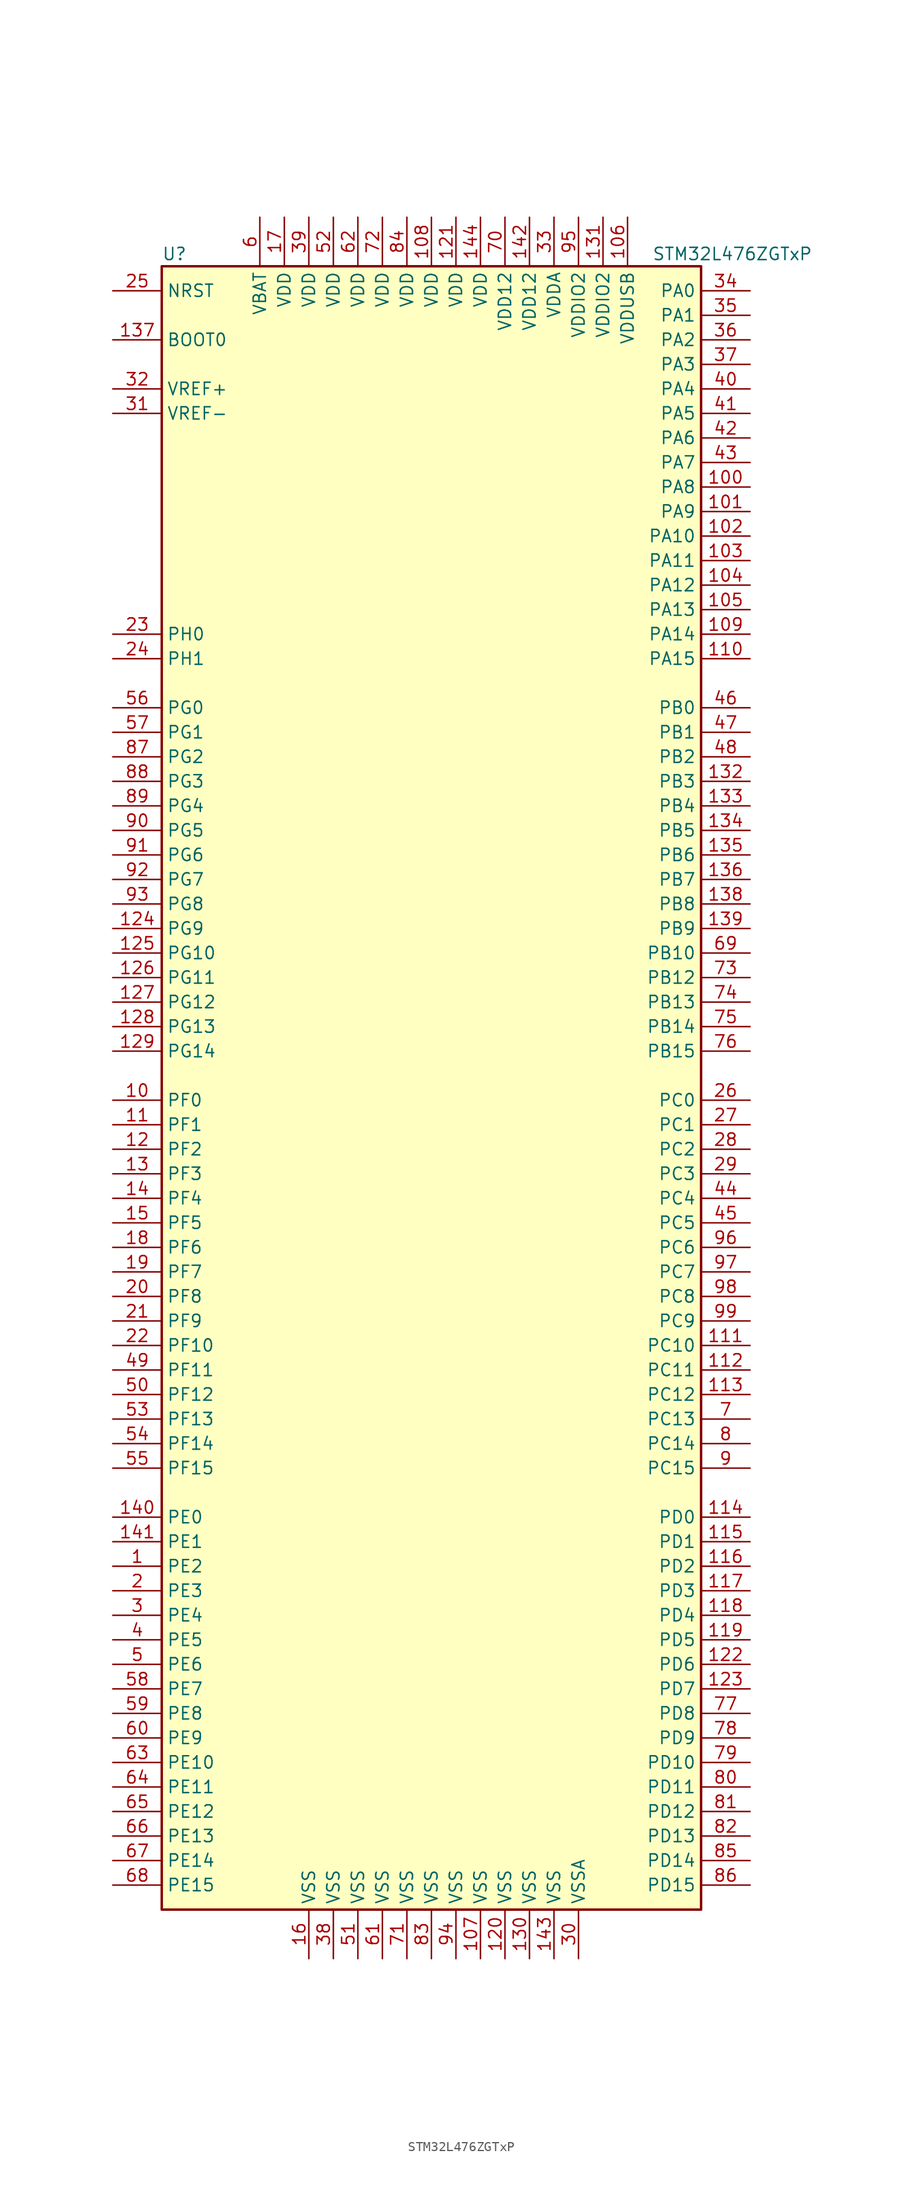
<source format=kicad_sym>
(kicad_symbol_lib
  (version 20201005)
  (generator kicad_symbol_editor)
  (symbol "STM32L476ZGTxP"
    (property "Reference" "U"
      (at -27.94 85.09 0)
      (effects (font (size 1.27 1.27)) (justify left)))
    (property "Value" "STM32L476ZGTxP"
      (at 22.86 85.09 0)
      (effects (font (size 1.27 1.27)) (justify left)))
    (symbol "STM32L476ZGTxP_0_1"
      (rectangle (start -27.94 -86.36) (end 27.94 83.82) (stroke (width 0.254)) (fill (type background))))
    (symbol "STM32L476ZGTxP_1_1"
      (pin bidirectional line (at -33.02 -50.8 0) (length 5.08) (name "PE2" (effects (font (size 1.27 1.27)))) (number "1" (effects (font (size 1.27 1.27)))))
      (pin bidirectional line (at -33.02 -2.54 0) (length 5.08) (name "PF0" (effects (font (size 1.27 1.27)))) (number "10" (effects (font (size 1.27 1.27)))))
      (pin bidirectional line (at 33.02 60.96 180) (length 5.08) (name "PA8" (effects (font (size 1.27 1.27)))) (number "100" (effects (font (size 1.27 1.27)))))
      (pin bidirectional line (at 33.02 58.42 180) (length 5.08) (name "PA9" (effects (font (size 1.27 1.27)))) (number "101" (effects (font (size 1.27 1.27)))))
      (pin bidirectional line (at 33.02 55.88 180) (length 5.08) (name "PA10" (effects (font (size 1.27 1.27)))) (number "102" (effects (font (size 1.27 1.27)))))
      (pin bidirectional line (at 33.02 53.34 180) (length 5.08) (name "PA11" (effects (font (size 1.27 1.27)))) (number "103" (effects (font (size 1.27 1.27)))))
      (pin bidirectional line (at 33.02 50.8 180) (length 5.08) (name "PA12" (effects (font (size 1.27 1.27)))) (number "104" (effects (font (size 1.27 1.27)))))
      (pin bidirectional line (at 33.02 48.26 180) (length 5.08) (name "PA13" (effects (font (size 1.27 1.27)))) (number "105" (effects (font (size 1.27 1.27)))))
      (pin power_in line (at 20.32 88.9 270) (length 5.08) (name "VDDUSB" (effects (font (size 1.27 1.27)))) (number "106" (effects (font (size 1.27 1.27)))))
      (pin power_in line (at 5.08 -91.44 90) (length 5.08) (name "VSS" (effects (font (size 1.27 1.27)))) (number "107" (effects (font (size 1.27 1.27)))))
      (pin power_in line (at 0 88.9 270) (length 5.08) (name "VDD" (effects (font (size 1.27 1.27)))) (number "108" (effects (font (size 1.27 1.27)))))
      (pin bidirectional line (at 33.02 45.72 180) (length 5.08) (name "PA14" (effects (font (size 1.27 1.27)))) (number "109" (effects (font (size 1.27 1.27)))))
      (pin bidirectional line (at -33.02 -5.08 0) (length 5.08) (name "PF1" (effects (font (size 1.27 1.27)))) (number "11" (effects (font (size 1.27 1.27)))))
      (pin bidirectional line (at 33.02 43.18 180) (length 5.08) (name "PA15" (effects (font (size 1.27 1.27)))) (number "110" (effects (font (size 1.27 1.27)))))
      (pin bidirectional line (at 33.02 -27.94 180) (length 5.08) (name "PC10" (effects (font (size 1.27 1.27)))) (number "111" (effects (font (size 1.27 1.27)))))
      (pin bidirectional line (at 33.02 -30.48 180) (length 5.08) (name "PC11" (effects (font (size 1.27 1.27)))) (number "112" (effects (font (size 1.27 1.27)))))
      (pin bidirectional line (at 33.02 -33.02 180) (length 5.08) (name "PC12" (effects (font (size 1.27 1.27)))) (number "113" (effects (font (size 1.27 1.27)))))
      (pin bidirectional line (at 33.02 -45.72 180) (length 5.08) (name "PD0" (effects (font (size 1.27 1.27)))) (number "114" (effects (font (size 1.27 1.27)))))
      (pin bidirectional line (at 33.02 -48.26 180) (length 5.08) (name "PD1" (effects (font (size 1.27 1.27)))) (number "115" (effects (font (size 1.27 1.27)))))
      (pin bidirectional line (at 33.02 -50.8 180) (length 5.08) (name "PD2" (effects (font (size 1.27 1.27)))) (number "116" (effects (font (size 1.27 1.27)))))
      (pin bidirectional line (at 33.02 -53.34 180) (length 5.08) (name "PD3" (effects (font (size 1.27 1.27)))) (number "117" (effects (font (size 1.27 1.27)))))
      (pin bidirectional line (at 33.02 -55.88 180) (length 5.08) (name "PD4" (effects (font (size 1.27 1.27)))) (number "118" (effects (font (size 1.27 1.27)))))
      (pin bidirectional line (at 33.02 -58.42 180) (length 5.08) (name "PD5" (effects (font (size 1.27 1.27)))) (number "119" (effects (font (size 1.27 1.27)))))
      (pin bidirectional line (at -33.02 -7.62 0) (length 5.08) (name "PF2" (effects (font (size 1.27 1.27)))) (number "12" (effects (font (size 1.27 1.27)))))
      (pin power_in line (at 7.62 -91.44 90) (length 5.08) (name "VSS" (effects (font (size 1.27 1.27)))) (number "120" (effects (font (size 1.27 1.27)))))
      (pin power_in line (at 2.54 88.9 270) (length 5.08) (name "VDD" (effects (font (size 1.27 1.27)))) (number "121" (effects (font (size 1.27 1.27)))))
      (pin bidirectional line (at 33.02 -60.96 180) (length 5.08) (name "PD6" (effects (font (size 1.27 1.27)))) (number "122" (effects (font (size 1.27 1.27)))))
      (pin bidirectional line (at 33.02 -63.5 180) (length 5.08) (name "PD7" (effects (font (size 1.27 1.27)))) (number "123" (effects (font (size 1.27 1.27)))))
      (pin bidirectional line (at -33.02 15.24 0) (length 5.08) (name "PG9" (effects (font (size 1.27 1.27)))) (number "124" (effects (font (size 1.27 1.27)))))
      (pin bidirectional line (at -33.02 12.7 0) (length 5.08) (name "PG10" (effects (font (size 1.27 1.27)))) (number "125" (effects (font (size 1.27 1.27)))))
      (pin bidirectional line (at -33.02 10.16 0) (length 5.08) (name "PG11" (effects (font (size 1.27 1.27)))) (number "126" (effects (font (size 1.27 1.27)))))
      (pin bidirectional line (at -33.02 7.62 0) (length 5.08) (name "PG12" (effects (font (size 1.27 1.27)))) (number "127" (effects (font (size 1.27 1.27)))))
      (pin bidirectional line (at -33.02 5.08 0) (length 5.08) (name "PG13" (effects (font (size 1.27 1.27)))) (number "128" (effects (font (size 1.27 1.27)))))
      (pin bidirectional line (at -33.02 2.54 0) (length 5.08) (name "PG14" (effects (font (size 1.27 1.27)))) (number "129" (effects (font (size 1.27 1.27)))))
      (pin bidirectional line (at -33.02 -10.16 0) (length 5.08) (name "PF3" (effects (font (size 1.27 1.27)))) (number "13" (effects (font (size 1.27 1.27)))))
      (pin power_in line (at 10.16 -91.44 90) (length 5.08) (name "VSS" (effects (font (size 1.27 1.27)))) (number "130" (effects (font (size 1.27 1.27)))))
      (pin power_in line (at 17.78 88.9 270) (length 5.08) (name "VDDIO2" (effects (font (size 1.27 1.27)))) (number "131" (effects (font (size 1.27 1.27)))))
      (pin bidirectional line (at 33.02 30.48 180) (length 5.08) (name "PB3" (effects (font (size 1.27 1.27)))) (number "132" (effects (font (size 1.27 1.27)))))
      (pin bidirectional line (at 33.02 27.94 180) (length 5.08) (name "PB4" (effects (font (size 1.27 1.27)))) (number "133" (effects (font (size 1.27 1.27)))))
      (pin bidirectional line (at 33.02 25.4 180) (length 5.08) (name "PB5" (effects (font (size 1.27 1.27)))) (number "134" (effects (font (size 1.27 1.27)))))
      (pin bidirectional line (at 33.02 22.86 180) (length 5.08) (name "PB6" (effects (font (size 1.27 1.27)))) (number "135" (effects (font (size 1.27 1.27)))))
      (pin bidirectional line (at 33.02 20.32 180) (length 5.08) (name "PB7" (effects (font (size 1.27 1.27)))) (number "136" (effects (font (size 1.27 1.27)))))
      (pin input line (at -33.02 76.2 0) (length 5.08) (name "BOOT0" (effects (font (size 1.27 1.27)))) (number "137" (effects (font (size 1.27 1.27)))))
      (pin bidirectional line (at 33.02 17.78 180) (length 5.08) (name "PB8" (effects (font (size 1.27 1.27)))) (number "138" (effects (font (size 1.27 1.27)))))
      (pin bidirectional line (at 33.02 15.24 180) (length 5.08) (name "PB9" (effects (font (size 1.27 1.27)))) (number "139" (effects (font (size 1.27 1.27)))))
      (pin bidirectional line (at -33.02 -12.7 0) (length 5.08) (name "PF4" (effects (font (size 1.27 1.27)))) (number "14" (effects (font (size 1.27 1.27)))))
      (pin bidirectional line (at -33.02 -45.72 0) (length 5.08) (name "PE0" (effects (font (size 1.27 1.27)))) (number "140" (effects (font (size 1.27 1.27)))))
      (pin bidirectional line (at -33.02 -48.26 0) (length 5.08) (name "PE1" (effects (font (size 1.27 1.27)))) (number "141" (effects (font (size 1.27 1.27)))))
      (pin power_in line (at 10.16 88.9 270) (length 5.08) (name "VDD12" (effects (font (size 1.27 1.27)))) (number "142" (effects (font (size 1.27 1.27)))))
      (pin power_in line (at 12.7 -91.44 90) (length 5.08) (name "VSS" (effects (font (size 1.27 1.27)))) (number "143" (effects (font (size 1.27 1.27)))))
      (pin power_in line (at 5.08 88.9 270) (length 5.08) (name "VDD" (effects (font (size 1.27 1.27)))) (number "144" (effects (font (size 1.27 1.27)))))
      (pin bidirectional line (at -33.02 -15.24 0) (length 5.08) (name "PF5" (effects (font (size 1.27 1.27)))) (number "15" (effects (font (size 1.27 1.27)))))
      (pin power_in line (at -12.7 -91.44 90) (length 5.08) (name "VSS" (effects (font (size 1.27 1.27)))) (number "16" (effects (font (size 1.27 1.27)))))
      (pin power_in line (at -15.24 88.9 270) (length 5.08) (name "VDD" (effects (font (size 1.27 1.27)))) (number "17" (effects (font (size 1.27 1.27)))))
      (pin bidirectional line (at -33.02 -17.78 0) (length 5.08) (name "PF6" (effects (font (size 1.27 1.27)))) (number "18" (effects (font (size 1.27 1.27)))))
      (pin bidirectional line (at -33.02 -20.32 0) (length 5.08) (name "PF7" (effects (font (size 1.27 1.27)))) (number "19" (effects (font (size 1.27 1.27)))))
      (pin bidirectional line (at -33.02 -53.34 0) (length 5.08) (name "PE3" (effects (font (size 1.27 1.27)))) (number "2" (effects (font (size 1.27 1.27)))))
      (pin bidirectional line (at -33.02 -22.86 0) (length 5.08) (name "PF8" (effects (font (size 1.27 1.27)))) (number "20" (effects (font (size 1.27 1.27)))))
      (pin bidirectional line (at -33.02 -25.4 0) (length 5.08) (name "PF9" (effects (font (size 1.27 1.27)))) (number "21" (effects (font (size 1.27 1.27)))))
      (pin bidirectional line (at -33.02 -27.94 0) (length 5.08) (name "PF10" (effects (font (size 1.27 1.27)))) (number "22" (effects (font (size 1.27 1.27)))))
      (pin input line (at -33.02 45.72 0) (length 5.08) (name "PH0" (effects (font (size 1.27 1.27)))) (number "23" (effects (font (size 1.27 1.27)))))
      (pin input line (at -33.02 43.18 0) (length 5.08) (name "PH1" (effects (font (size 1.27 1.27)))) (number "24" (effects (font (size 1.27 1.27)))))
      (pin input line (at -33.02 81.28 0) (length 5.08) (name "NRST" (effects (font (size 1.27 1.27)))) (number "25" (effects (font (size 1.27 1.27)))))
      (pin bidirectional line (at 33.02 -2.54 180) (length 5.08) (name "PC0" (effects (font (size 1.27 1.27)))) (number "26" (effects (font (size 1.27 1.27)))))
      (pin bidirectional line (at 33.02 -5.08 180) (length 5.08) (name "PC1" (effects (font (size 1.27 1.27)))) (number "27" (effects (font (size 1.27 1.27)))))
      (pin bidirectional line (at 33.02 -7.62 180) (length 5.08) (name "PC2" (effects (font (size 1.27 1.27)))) (number "28" (effects (font (size 1.27 1.27)))))
      (pin bidirectional line (at 33.02 -10.16 180) (length 5.08) (name "PC3" (effects (font (size 1.27 1.27)))) (number "29" (effects (font (size 1.27 1.27)))))
      (pin bidirectional line (at -33.02 -55.88 0) (length 5.08) (name "PE4" (effects (font (size 1.27 1.27)))) (number "3" (effects (font (size 1.27 1.27)))))
      (pin power_in line (at 15.24 -91.44 90) (length 5.08) (name "VSSA" (effects (font (size 1.27 1.27)))) (number "30" (effects (font (size 1.27 1.27)))))
      (pin power_in line (at -33.02 68.58 0) (length 5.08) (name "VREF-" (effects (font (size 1.27 1.27)))) (number "31" (effects (font (size 1.27 1.27)))))
      (pin bidirectional line (at -33.02 71.12 0) (length 5.08) (name "VREF+" (effects (font (size 1.27 1.27)))) (number "32" (effects (font (size 1.27 1.27)))))
      (pin power_in line (at 12.7 88.9 270) (length 5.08) (name "VDDA" (effects (font (size 1.27 1.27)))) (number "33" (effects (font (size 1.27 1.27)))))
      (pin bidirectional line (at 33.02 81.28 180) (length 5.08) (name "PA0" (effects (font (size 1.27 1.27)))) (number "34" (effects (font (size 1.27 1.27)))))
      (pin bidirectional line (at 33.02 78.74 180) (length 5.08) (name "PA1" (effects (font (size 1.27 1.27)))) (number "35" (effects (font (size 1.27 1.27)))))
      (pin bidirectional line (at 33.02 76.2 180) (length 5.08) (name "PA2" (effects (font (size 1.27 1.27)))) (number "36" (effects (font (size 1.27 1.27)))))
      (pin bidirectional line (at 33.02 73.66 180) (length 5.08) (name "PA3" (effects (font (size 1.27 1.27)))) (number "37" (effects (font (size 1.27 1.27)))))
      (pin power_in line (at -10.16 -91.44 90) (length 5.08) (name "VSS" (effects (font (size 1.27 1.27)))) (number "38" (effects (font (size 1.27 1.27)))))
      (pin power_in line (at -12.7 88.9 270) (length 5.08) (name "VDD" (effects (font (size 1.27 1.27)))) (number "39" (effects (font (size 1.27 1.27)))))
      (pin bidirectional line (at -33.02 -58.42 0) (length 5.08) (name "PE5" (effects (font (size 1.27 1.27)))) (number "4" (effects (font (size 1.27 1.27)))))
      (pin bidirectional line (at 33.02 71.12 180) (length 5.08) (name "PA4" (effects (font (size 1.27 1.27)))) (number "40" (effects (font (size 1.27 1.27)))))
      (pin bidirectional line (at 33.02 68.58 180) (length 5.08) (name "PA5" (effects (font (size 1.27 1.27)))) (number "41" (effects (font (size 1.27 1.27)))))
      (pin bidirectional line (at 33.02 66.04 180) (length 5.08) (name "PA6" (effects (font (size 1.27 1.27)))) (number "42" (effects (font (size 1.27 1.27)))))
      (pin bidirectional line (at 33.02 63.5 180) (length 5.08) (name "PA7" (effects (font (size 1.27 1.27)))) (number "43" (effects (font (size 1.27 1.27)))))
      (pin bidirectional line (at 33.02 -12.7 180) (length 5.08) (name "PC4" (effects (font (size 1.27 1.27)))) (number "44" (effects (font (size 1.27 1.27)))))
      (pin bidirectional line (at 33.02 -15.24 180) (length 5.08) (name "PC5" (effects (font (size 1.27 1.27)))) (number "45" (effects (font (size 1.27 1.27)))))
      (pin bidirectional line (at 33.02 38.1 180) (length 5.08) (name "PB0" (effects (font (size 1.27 1.27)))) (number "46" (effects (font (size 1.27 1.27)))))
      (pin bidirectional line (at 33.02 35.56 180) (length 5.08) (name "PB1" (effects (font (size 1.27 1.27)))) (number "47" (effects (font (size 1.27 1.27)))))
      (pin bidirectional line (at 33.02 33.02 180) (length 5.08) (name "PB2" (effects (font (size 1.27 1.27)))) (number "48" (effects (font (size 1.27 1.27)))))
      (pin bidirectional line (at -33.02 -30.48 0) (length 5.08) (name "PF11" (effects (font (size 1.27 1.27)))) (number "49" (effects (font (size 1.27 1.27)))))
      (pin bidirectional line (at -33.02 -60.96 0) (length 5.08) (name "PE6" (effects (font (size 1.27 1.27)))) (number "5" (effects (font (size 1.27 1.27)))))
      (pin bidirectional line (at -33.02 -33.02 0) (length 5.08) (name "PF12" (effects (font (size 1.27 1.27)))) (number "50" (effects (font (size 1.27 1.27)))))
      (pin power_in line (at -7.62 -91.44 90) (length 5.08) (name "VSS" (effects (font (size 1.27 1.27)))) (number "51" (effects (font (size 1.27 1.27)))))
      (pin power_in line (at -10.16 88.9 270) (length 5.08) (name "VDD" (effects (font (size 1.27 1.27)))) (number "52" (effects (font (size 1.27 1.27)))))
      (pin bidirectional line (at -33.02 -35.56 0) (length 5.08) (name "PF13" (effects (font (size 1.27 1.27)))) (number "53" (effects (font (size 1.27 1.27)))))
      (pin bidirectional line (at -33.02 -38.1 0) (length 5.08) (name "PF14" (effects (font (size 1.27 1.27)))) (number "54" (effects (font (size 1.27 1.27)))))
      (pin bidirectional line (at -33.02 -40.64 0) (length 5.08) (name "PF15" (effects (font (size 1.27 1.27)))) (number "55" (effects (font (size 1.27 1.27)))))
      (pin bidirectional line (at -33.02 38.1 0) (length 5.08) (name "PG0" (effects (font (size 1.27 1.27)))) (number "56" (effects (font (size 1.27 1.27)))))
      (pin bidirectional line (at -33.02 35.56 0) (length 5.08) (name "PG1" (effects (font (size 1.27 1.27)))) (number "57" (effects (font (size 1.27 1.27)))))
      (pin bidirectional line (at -33.02 -63.5 0) (length 5.08) (name "PE7" (effects (font (size 1.27 1.27)))) (number "58" (effects (font (size 1.27 1.27)))))
      (pin bidirectional line (at -33.02 -66.04 0) (length 5.08) (name "PE8" (effects (font (size 1.27 1.27)))) (number "59" (effects (font (size 1.27 1.27)))))
      (pin power_in line (at -17.78 88.9 270) (length 5.08) (name "VBAT" (effects (font (size 1.27 1.27)))) (number "6" (effects (font (size 1.27 1.27)))))
      (pin bidirectional line (at -33.02 -68.58 0) (length 5.08) (name "PE9" (effects (font (size 1.27 1.27)))) (number "60" (effects (font (size 1.27 1.27)))))
      (pin power_in line (at -5.08 -91.44 90) (length 5.08) (name "VSS" (effects (font (size 1.27 1.27)))) (number "61" (effects (font (size 1.27 1.27)))))
      (pin power_in line (at -7.62 88.9 270) (length 5.08) (name "VDD" (effects (font (size 1.27 1.27)))) (number "62" (effects (font (size 1.27 1.27)))))
      (pin bidirectional line (at -33.02 -71.12 0) (length 5.08) (name "PE10" (effects (font (size 1.27 1.27)))) (number "63" (effects (font (size 1.27 1.27)))))
      (pin bidirectional line (at -33.02 -73.66 0) (length 5.08) (name "PE11" (effects (font (size 1.27 1.27)))) (number "64" (effects (font (size 1.27 1.27)))))
      (pin bidirectional line (at -33.02 -76.2 0) (length 5.08) (name "PE12" (effects (font (size 1.27 1.27)))) (number "65" (effects (font (size 1.27 1.27)))))
      (pin bidirectional line (at -33.02 -78.74 0) (length 5.08) (name "PE13" (effects (font (size 1.27 1.27)))) (number "66" (effects (font (size 1.27 1.27)))))
      (pin bidirectional line (at -33.02 -81.28 0) (length 5.08) (name "PE14" (effects (font (size 1.27 1.27)))) (number "67" (effects (font (size 1.27 1.27)))))
      (pin bidirectional line (at -33.02 -83.82 0) (length 5.08) (name "PE15" (effects (font (size 1.27 1.27)))) (number "68" (effects (font (size 1.27 1.27)))))
      (pin bidirectional line (at 33.02 12.7 180) (length 5.08) (name "PB10" (effects (font (size 1.27 1.27)))) (number "69" (effects (font (size 1.27 1.27)))))
      (pin bidirectional line (at 33.02 -35.56 180) (length 5.08) (name "PC13" (effects (font (size 1.27 1.27)))) (number "7" (effects (font (size 1.27 1.27)))))
      (pin power_in line (at 7.62 88.9 270) (length 5.08) (name "VDD12" (effects (font (size 1.27 1.27)))) (number "70" (effects (font (size 1.27 1.27)))))
      (pin power_in line (at -2.54 -91.44 90) (length 5.08) (name "VSS" (effects (font (size 1.27 1.27)))) (number "71" (effects (font (size 1.27 1.27)))))
      (pin power_in line (at -5.08 88.9 270) (length 5.08) (name "VDD" (effects (font (size 1.27 1.27)))) (number "72" (effects (font (size 1.27 1.27)))))
      (pin bidirectional line (at 33.02 10.16 180) (length 5.08) (name "PB12" (effects (font (size 1.27 1.27)))) (number "73" (effects (font (size 1.27 1.27)))))
      (pin bidirectional line (at 33.02 7.62 180) (length 5.08) (name "PB13" (effects (font (size 1.27 1.27)))) (number "74" (effects (font (size 1.27 1.27)))))
      (pin bidirectional line (at 33.02 5.08 180) (length 5.08) (name "PB14" (effects (font (size 1.27 1.27)))) (number "75" (effects (font (size 1.27 1.27)))))
      (pin bidirectional line (at 33.02 2.54 180) (length 5.08) (name "PB15" (effects (font (size 1.27 1.27)))) (number "76" (effects (font (size 1.27 1.27)))))
      (pin bidirectional line (at 33.02 -66.04 180) (length 5.08) (name "PD8" (effects (font (size 1.27 1.27)))) (number "77" (effects (font (size 1.27 1.27)))))
      (pin bidirectional line (at 33.02 -68.58 180) (length 5.08) (name "PD9" (effects (font (size 1.27 1.27)))) (number "78" (effects (font (size 1.27 1.27)))))
      (pin bidirectional line (at 33.02 -71.12 180) (length 5.08) (name "PD10" (effects (font (size 1.27 1.27)))) (number "79" (effects (font (size 1.27 1.27)))))
      (pin bidirectional line (at 33.02 -38.1 180) (length 5.08) (name "PC14" (effects (font (size 1.27 1.27)))) (number "8" (effects (font (size 1.27 1.27)))))
      (pin bidirectional line (at 33.02 -73.66 180) (length 5.08) (name "PD11" (effects (font (size 1.27 1.27)))) (number "80" (effects (font (size 1.27 1.27)))))
      (pin bidirectional line (at 33.02 -76.2 180) (length 5.08) (name "PD12" (effects (font (size 1.27 1.27)))) (number "81" (effects (font (size 1.27 1.27)))))
      (pin bidirectional line (at 33.02 -78.74 180) (length 5.08) (name "PD13" (effects (font (size 1.27 1.27)))) (number "82" (effects (font (size 1.27 1.27)))))
      (pin power_in line (at 0 -91.44 90) (length 5.08) (name "VSS" (effects (font (size 1.27 1.27)))) (number "83" (effects (font (size 1.27 1.27)))))
      (pin power_in line (at -2.54 88.9 270) (length 5.08) (name "VDD" (effects (font (size 1.27 1.27)))) (number "84" (effects (font (size 1.27 1.27)))))
      (pin bidirectional line (at 33.02 -81.28 180) (length 5.08) (name "PD14" (effects (font (size 1.27 1.27)))) (number "85" (effects (font (size 1.27 1.27)))))
      (pin bidirectional line (at 33.02 -83.82 180) (length 5.08) (name "PD15" (effects (font (size 1.27 1.27)))) (number "86" (effects (font (size 1.27 1.27)))))
      (pin bidirectional line (at -33.02 33.02 0) (length 5.08) (name "PG2" (effects (font (size 1.27 1.27)))) (number "87" (effects (font (size 1.27 1.27)))))
      (pin bidirectional line (at -33.02 30.48 0) (length 5.08) (name "PG3" (effects (font (size 1.27 1.27)))) (number "88" (effects (font (size 1.27 1.27)))))
      (pin bidirectional line (at -33.02 27.94 0) (length 5.08) (name "PG4" (effects (font (size 1.27 1.27)))) (number "89" (effects (font (size 1.27 1.27)))))
      (pin bidirectional line (at 33.02 -40.64 180) (length 5.08) (name "PC15" (effects (font (size 1.27 1.27)))) (number "9" (effects (font (size 1.27 1.27)))))
      (pin bidirectional line (at -33.02 25.4 0) (length 5.08) (name "PG5" (effects (font (size 1.27 1.27)))) (number "90" (effects (font (size 1.27 1.27)))))
      (pin bidirectional line (at -33.02 22.86 0) (length 5.08) (name "PG6" (effects (font (size 1.27 1.27)))) (number "91" (effects (font (size 1.27 1.27)))))
      (pin bidirectional line (at -33.02 20.32 0) (length 5.08) (name "PG7" (effects (font (size 1.27 1.27)))) (number "92" (effects (font (size 1.27 1.27)))))
      (pin bidirectional line (at -33.02 17.78 0) (length 5.08) (name "PG8" (effects (font (size 1.27 1.27)))) (number "93" (effects (font (size 1.27 1.27)))))
      (pin power_in line (at 2.54 -91.44 90) (length 5.08) (name "VSS" (effects (font (size 1.27 1.27)))) (number "94" (effects (font (size 1.27 1.27)))))
      (pin power_in line (at 15.24 88.9 270) (length 5.08) (name "VDDIO2" (effects (font (size 1.27 1.27)))) (number "95" (effects (font (size 1.27 1.27)))))
      (pin bidirectional line (at 33.02 -17.78 180) (length 5.08) (name "PC6" (effects (font (size 1.27 1.27)))) (number "96" (effects (font (size 1.27 1.27)))))
      (pin bidirectional line (at 33.02 -20.32 180) (length 5.08) (name "PC7" (effects (font (size 1.27 1.27)))) (number "97" (effects (font (size 1.27 1.27)))))
      (pin bidirectional line (at 33.02 -22.86 180) (length 5.08) (name "PC8" (effects (font (size 1.27 1.27)))) (number "98" (effects (font (size 1.27 1.27)))))
      (pin bidirectional line (at 33.02 -25.4 180) (length 5.08) (name "PC9" (effects (font (size 1.27 1.27)))) (number "99" (effects (font (size 1.27 1.27))))))))
</source>
